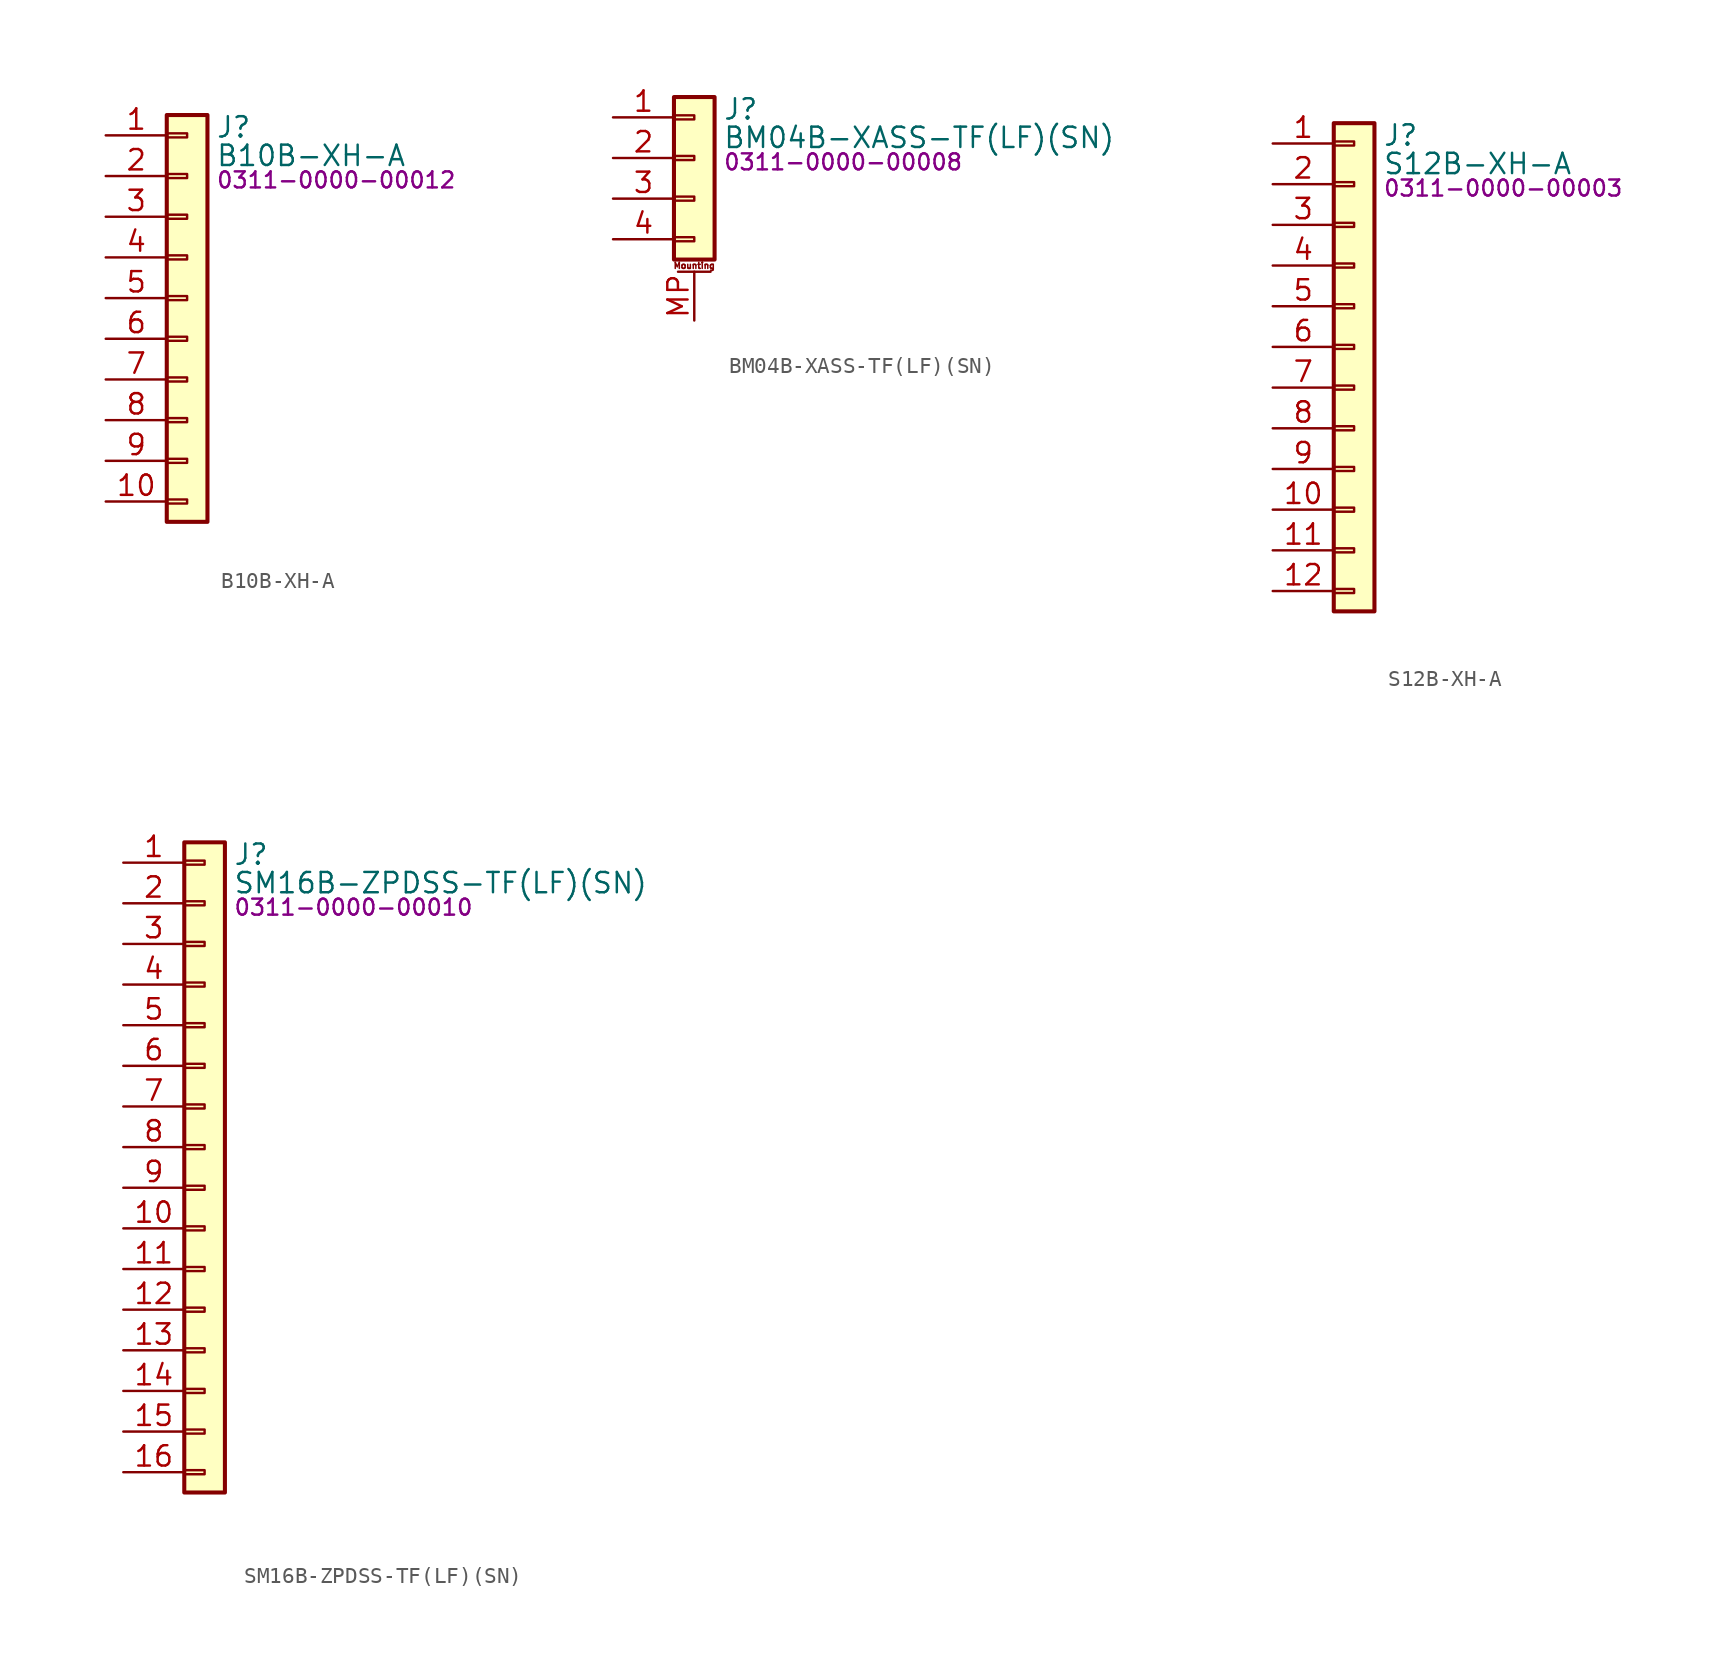
<source format=kicad_sym>
(kicad_symbol_lib
  (version 20231120)
  (generator "kicad_symbol_editor")
  (generator_version "8.0")
  (symbol "B10B-XH-A"
    (pin_names
      (offset 1.016) hide)
    (property "Reference" "J"
      (at 1.778 0.508 0)
      (effects (font (size 1.27 1.27)) (justify left)))
    (property "Value" "B10B-XH-A"
      (at 1.778 -1.27 0)
      (effects (font (size 1.27 1.27)) (justify left)))
    (property "PartNumber" "0311-0000-00012"
      (at 1.778 -2.794 0)
      (effects (font (size 1 1)) (justify left)))
    (symbol "B10B-XH-A_1_1"
      (rectangle (start -1.27 -22.733) (end 0 -22.987) (stroke (width 0.152) (type default)) (fill (type none)))
      (rectangle (start -1.27 -20.193) (end 0 -20.447) (stroke (width 0.152) (type default)) (fill (type none)))
      (rectangle (start -1.27 -17.653) (end 0 -17.907) (stroke (width 0.152) (type default)) (fill (type none)))
      (rectangle (start -1.27 -15.113) (end 0 -15.367) (stroke (width 0.152) (type default)) (fill (type none)))
      (rectangle (start -1.27 -12.573) (end 0 -12.827) (stroke (width 0.152) (type default)) (fill (type none)))
      (rectangle (start -1.27 -10.033) (end 0 -10.287) (stroke (width 0.152) (type default)) (fill (type none)))
      (rectangle (start -1.27 -7.493) (end 0 -7.747) (stroke (width 0.152) (type default)) (fill (type none)))
      (rectangle (start -1.27 -4.953) (end 0 -5.207) (stroke (width 0.152) (type default)) (fill (type none)))
      (rectangle (start -1.27 -2.413) (end 0 -2.667) (stroke (width 0.152) (type default)) (fill (type none)))
      (rectangle (start -1.27 0.127) (end 0 -0.127) (stroke (width 0.152) (type default)) (fill (type none)))
      (rectangle (start -1.27 1.27) (end 1.27 -24.13) (stroke (width 0.254) (type default)) (fill (type background)))
      (pin passive line (at -5.08 0 0) (length 3.81) (name "Pin_1" (effects (font (size 1.27 1.27)))) (number "1" (effects (font (size 1.27 1.27)))))
      (pin passive line (at -5.08 -22.86 0) (length 3.81) (name "Pin_10" (effects (font (size 1.27 1.27)))) (number "10" (effects (font (size 1.27 1.27)))))
      (pin passive line (at -5.08 -2.54 0) (length 3.81) (name "Pin_2" (effects (font (size 1.27 1.27)))) (number "2" (effects (font (size 1.27 1.27)))))
      (pin passive line (at -5.08 -5.08 0) (length 3.81) (name "Pin_3" (effects (font (size 1.27 1.27)))) (number "3" (effects (font (size 1.27 1.27)))))
      (pin passive line (at -5.08 -7.62 0) (length 3.81) (name "Pin_4" (effects (font (size 1.27 1.27)))) (number "4" (effects (font (size 1.27 1.27)))))
      (pin passive line (at -5.08 -10.16 0) (length 3.81) (name "Pin_5" (effects (font (size 1.27 1.27)))) (number "5" (effects (font (size 1.27 1.27)))))
      (pin passive line (at -5.08 -12.7 0) (length 3.81) (name "Pin_6" (effects (font (size 1.27 1.27)))) (number "6" (effects (font (size 1.27 1.27)))))
      (pin passive line (at -5.08 -15.24 0) (length 3.81) (name "Pin_7" (effects (font (size 1.27 1.27)))) (number "7" (effects (font (size 1.27 1.27)))))
      (pin passive line (at -5.08 -17.78 0) (length 3.81) (name "Pin_8" (effects (font (size 1.27 1.27)))) (number "8" (effects (font (size 1.27 1.27)))))
      (pin passive line (at -5.08 -20.32 0) (length 3.81) (name "Pin_9" (effects (font (size 1.27 1.27)))) (number "9" (effects (font (size 1.27 1.27)))))))
  (symbol "BM04B-XASS-TF(LF)(SN)"
    (pin_names hide)
    (property "Reference" "J"
      (at 1.778 -0.762 0)
      (effects (font (size 1.27 1.27)) (justify left)))
    (property "Value" "BM04B-XASS-TF(LF)(SN)"
      (at 1.778 -2.54 0)
      (effects (font (size 1.27 1.27)) (justify left)))
    (property "PartNumber" "0311-0000-00008"
      (at 1.778 -4.064 0)
      (effects (font (size 1 1)) (justify left)))
    (symbol "BM04B-XASS-TF(LF)(SN)_1_1"
      (rectangle (start -1.27 -8.763) (end 0 -9.017) (stroke (width 0.152) (type default)) (fill (type none)))
      (rectangle (start -1.27 -6.223) (end 0 -6.477) (stroke (width 0.152) (type default)) (fill (type none)))
      (rectangle (start -1.27 -3.683) (end 0 -3.937) (stroke (width 0.152) (type default)) (fill (type none)))
      (rectangle (start -1.27 -1.143) (end 0 -1.397) (stroke (width 0.152) (type default)) (fill (type none)))
      (rectangle (start -1.27 0) (end 1.27 -10.16) (stroke (width 0.254) (type default)) (fill (type background)))
      (polyline (pts (xy -1.016 -10.922) (xy 1.016 -10.922)) (stroke (width 0.152) (type default)) (fill (type none)))
      (text "Mounting" (at 0 -10.541 0) (effects (font (size 0.381 0.381))))
      (pin passive line (at -5.08 -1.27 0) (length 3.81) (name "Pin_1" (effects (font (size 1.27 1.27)))) (number "1" (effects (font (size 1.27 1.27)))))
      (pin passive line (at -5.08 -3.81 0) (length 3.81) (name "Pin_2" (effects (font (size 1.27 1.27)))) (number "2" (effects (font (size 1.27 1.27)))))
      (pin passive line (at -5.08 -6.35 0) (length 3.81) (name "Pin_3" (effects (font (size 1.27 1.27)))) (number "3" (effects (font (size 1.27 1.27)))))
      (pin passive line (at -5.08 -8.89 0) (length 3.81) (name "Pin_4" (effects (font (size 1.27 1.27)))) (number "4" (effects (font (size 1.27 1.27)))))
      (pin passive line (at 0 -13.97 90) (length 3.048) (name "MountPin" (effects (font (size 1.27 1.27)))) (number "MP" (effects (font (size 1.27 1.27)))))))
  (symbol "S12B-XH-A"
    (pin_names hide)
    (property "Reference" "J"
      (at 1.778 0.508 0)
      (effects (font (size 1.27 1.27)) (justify left)))
    (property "Value" "S12B-XH-A"
      (at 1.778 -1.27 0)
      (effects (font (size 1.27 1.27)) (justify left)))
    (property "PartNumber" "0311-0000-00003"
      (at 1.778 -2.794 0)
      (effects (font (size 1 1)) (justify left)))
    (symbol "S12B-XH-A_1_1"
      (rectangle (start -1.27 -27.813) (end 0 -28.067) (stroke (width 0.152) (type default)) (fill (type none)))
      (rectangle (start -1.27 -25.273) (end 0 -25.527) (stroke (width 0.152) (type default)) (fill (type none)))
      (rectangle (start -1.27 -22.733) (end 0 -22.987) (stroke (width 0.152) (type default)) (fill (type none)))
      (rectangle (start -1.27 -20.193) (end 0 -20.447) (stroke (width 0.152) (type default)) (fill (type none)))
      (rectangle (start -1.27 -17.653) (end 0 -17.907) (stroke (width 0.152) (type default)) (fill (type none)))
      (rectangle (start -1.27 -15.113) (end 0 -15.367) (stroke (width 0.152) (type default)) (fill (type none)))
      (rectangle (start -1.27 -12.573) (end 0 -12.827) (stroke (width 0.152) (type default)) (fill (type none)))
      (rectangle (start -1.27 -10.033) (end 0 -10.287) (stroke (width 0.152) (type default)) (fill (type none)))
      (rectangle (start -1.27 -7.493) (end 0 -7.747) (stroke (width 0.152) (type default)) (fill (type none)))
      (rectangle (start -1.27 -4.953) (end 0 -5.207) (stroke (width 0.152) (type default)) (fill (type none)))
      (rectangle (start -1.27 -2.413) (end 0 -2.667) (stroke (width 0.152) (type default)) (fill (type none)))
      (rectangle (start -1.27 0.127) (end 0 -0.127) (stroke (width 0.152) (type default)) (fill (type none)))
      (rectangle (start -1.27 1.27) (end 1.27 -29.21) (stroke (width 0.254) (type default)) (fill (type background)))
      (pin passive line (at -5.08 0 0) (length 3.81) (name "Pin_1" (effects (font (size 1.27 1.27)))) (number "1" (effects (font (size 1.27 1.27)))))
      (pin passive line (at -5.08 -22.86 0) (length 3.81) (name "Pin_10" (effects (font (size 1.27 1.27)))) (number "10" (effects (font (size 1.27 1.27)))))
      (pin passive line (at -5.08 -25.4 0) (length 3.81) (name "Pin_11" (effects (font (size 1.27 1.27)))) (number "11" (effects (font (size 1.27 1.27)))))
      (pin passive line (at -5.08 -27.94 0) (length 3.81) (name "Pin_12" (effects (font (size 1.27 1.27)))) (number "12" (effects (font (size 1.27 1.27)))))
      (pin passive line (at -5.08 -2.54 0) (length 3.81) (name "Pin_2" (effects (font (size 1.27 1.27)))) (number "2" (effects (font (size 1.27 1.27)))))
      (pin passive line (at -5.08 -5.08 0) (length 3.81) (name "Pin_3" (effects (font (size 1.27 1.27)))) (number "3" (effects (font (size 1.27 1.27)))))
      (pin passive line (at -5.08 -7.62 0) (length 3.81) (name "Pin_4" (effects (font (size 1.27 1.27)))) (number "4" (effects (font (size 1.27 1.27)))))
      (pin passive line (at -5.08 -10.16 0) (length 3.81) (name "Pin_5" (effects (font (size 1.27 1.27)))) (number "5" (effects (font (size 1.27 1.27)))))
      (pin passive line (at -5.08 -12.7 0) (length 3.81) (name "Pin_6" (effects (font (size 1.27 1.27)))) (number "6" (effects (font (size 1.27 1.27)))))
      (pin passive line (at -5.08 -15.24 0) (length 3.81) (name "Pin_7" (effects (font (size 1.27 1.27)))) (number "7" (effects (font (size 1.27 1.27)))))
      (pin passive line (at -5.08 -17.78 0) (length 3.81) (name "Pin_8" (effects (font (size 1.27 1.27)))) (number "8" (effects (font (size 1.27 1.27)))))
      (pin passive line (at -5.08 -20.32 0) (length 3.81) (name "Pin_9" (effects (font (size 1.27 1.27)))) (number "9" (effects (font (size 1.27 1.27)))))))
  (symbol "SM16B-ZPDSS-TF(LF)(SN)"
    (pin_names hide)
    (property "Reference" "J"
      (at 1.778 0.508 0)
      (effects (font (size 1.27 1.27)) (justify left)))
    (property "Value" "SM16B-ZPDSS-TF(LF)(SN)"
      (at 1.778 -1.27 0)
      (effects (font (size 1.27 1.27)) (justify left)))
    (property "PartNumber" "0311-0000-00010"
      (at 1.778 -2.794 0)
      (effects (font (size 1 1)) (justify left)))
    (symbol "SM16B-ZPDSS-TF(LF)(SN)_1_1"
      (rectangle (start -1.27 -37.973) (end 0 -38.227) (stroke (width 0.152) (type default)) (fill (type none)))
      (rectangle (start -1.27 -35.433) (end 0 -35.687) (stroke (width 0.152) (type default)) (fill (type none)))
      (rectangle (start -1.27 -32.893) (end 0 -33.147) (stroke (width 0.152) (type default)) (fill (type none)))
      (rectangle (start -1.27 -30.353) (end 0 -30.607) (stroke (width 0.152) (type default)) (fill (type none)))
      (rectangle (start -1.27 -27.813) (end 0 -28.067) (stroke (width 0.152) (type default)) (fill (type none)))
      (rectangle (start -1.27 -25.273) (end 0 -25.527) (stroke (width 0.152) (type default)) (fill (type none)))
      (rectangle (start -1.27 -22.733) (end 0 -22.987) (stroke (width 0.152) (type default)) (fill (type none)))
      (rectangle (start -1.27 -20.193) (end 0 -20.447) (stroke (width 0.152) (type default)) (fill (type none)))
      (rectangle (start -1.27 -17.653) (end 0 -17.907) (stroke (width 0.152) (type default)) (fill (type none)))
      (rectangle (start -1.27 -15.113) (end 0 -15.367) (stroke (width 0.152) (type default)) (fill (type none)))
      (rectangle (start -1.27 -12.573) (end 0 -12.827) (stroke (width 0.152) (type default)) (fill (type none)))
      (rectangle (start -1.27 -10.033) (end 0 -10.287) (stroke (width 0.152) (type default)) (fill (type none)))
      (rectangle (start -1.27 -7.493) (end 0 -7.747) (stroke (width 0.152) (type default)) (fill (type none)))
      (rectangle (start -1.27 -4.953) (end 0 -5.207) (stroke (width 0.152) (type default)) (fill (type none)))
      (rectangle (start -1.27 -2.413) (end 0 -2.667) (stroke (width 0.152) (type default)) (fill (type none)))
      (rectangle (start -1.27 0.127) (end 0 -0.127) (stroke (width 0.152) (type default)) (fill (type none)))
      (rectangle (start -1.27 1.27) (end 1.27 -39.37) (stroke (width 0.254) (type default)) (fill (type background)))
      (pin passive line (at -5.08 0 0) (length 3.81) (name "Pin_1" (effects (font (size 1.27 1.27)))) (number "1" (effects (font (size 1.27 1.27)))))
      (pin passive line (at -5.08 -22.86 0) (length 3.81) (name "Pin_10" (effects (font (size 1.27 1.27)))) (number "10" (effects (font (size 1.27 1.27)))))
      (pin passive line (at -5.08 -25.4 0) (length 3.81) (name "Pin_11" (effects (font (size 1.27 1.27)))) (number "11" (effects (font (size 1.27 1.27)))))
      (pin passive line (at -5.08 -27.94 0) (length 3.81) (name "Pin_12" (effects (font (size 1.27 1.27)))) (number "12" (effects (font (size 1.27 1.27)))))
      (pin passive line (at -5.08 -30.48 0) (length 3.81) (name "Pin_13" (effects (font (size 1.27 1.27)))) (number "13" (effects (font (size 1.27 1.27)))))
      (pin passive line (at -5.08 -33.02 0) (length 3.81) (name "Pin_14" (effects (font (size 1.27 1.27)))) (number "14" (effects (font (size 1.27 1.27)))))
      (pin passive line (at -5.08 -35.56 0) (length 3.81) (name "Pin_15" (effects (font (size 1.27 1.27)))) (number "15" (effects (font (size 1.27 1.27)))))
      (pin passive line (at -5.08 -38.1 0) (length 3.81) (name "Pin_16" (effects (font (size 1.27 1.27)))) (number "16" (effects (font (size 1.27 1.27)))))
      (pin passive line (at -5.08 -2.54 0) (length 3.81) (name "Pin_2" (effects (font (size 1.27 1.27)))) (number "2" (effects (font (size 1.27 1.27)))))
      (pin passive line (at -5.08 -5.08 0) (length 3.81) (name "Pin_3" (effects (font (size 1.27 1.27)))) (number "3" (effects (font (size 1.27 1.27)))))
      (pin passive line (at -5.08 -7.62 0) (length 3.81) (name "Pin_4" (effects (font (size 1.27 1.27)))) (number "4" (effects (font (size 1.27 1.27)))))
      (pin passive line (at -5.08 -10.16 0) (length 3.81) (name "Pin_5" (effects (font (size 1.27 1.27)))) (number "5" (effects (font (size 1.27 1.27)))))
      (pin passive line (at -5.08 -12.7 0) (length 3.81) (name "Pin_6" (effects (font (size 1.27 1.27)))) (number "6" (effects (font (size 1.27 1.27)))))
      (pin passive line (at -5.08 -15.24 0) (length 3.81) (name "Pin_7" (effects (font (size 1.27 1.27)))) (number "7" (effects (font (size 1.27 1.27)))))
      (pin passive line (at -5.08 -17.78 0) (length 3.81) (name "Pin_8" (effects (font (size 1.27 1.27)))) (number "8" (effects (font (size 1.27 1.27)))))
      (pin passive line (at -5.08 -20.32 0) (length 3.81) (name "Pin_9" (effects (font (size 1.27 1.27)))) (number "9" (effects (font (size 1.27 1.27))))))))
</source>
